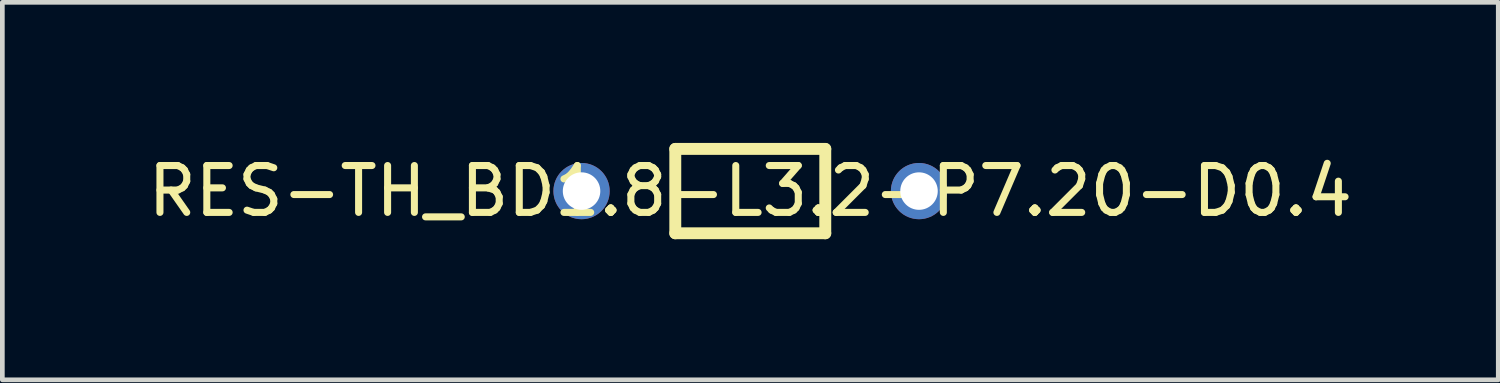
<source format=kicad_pcb>
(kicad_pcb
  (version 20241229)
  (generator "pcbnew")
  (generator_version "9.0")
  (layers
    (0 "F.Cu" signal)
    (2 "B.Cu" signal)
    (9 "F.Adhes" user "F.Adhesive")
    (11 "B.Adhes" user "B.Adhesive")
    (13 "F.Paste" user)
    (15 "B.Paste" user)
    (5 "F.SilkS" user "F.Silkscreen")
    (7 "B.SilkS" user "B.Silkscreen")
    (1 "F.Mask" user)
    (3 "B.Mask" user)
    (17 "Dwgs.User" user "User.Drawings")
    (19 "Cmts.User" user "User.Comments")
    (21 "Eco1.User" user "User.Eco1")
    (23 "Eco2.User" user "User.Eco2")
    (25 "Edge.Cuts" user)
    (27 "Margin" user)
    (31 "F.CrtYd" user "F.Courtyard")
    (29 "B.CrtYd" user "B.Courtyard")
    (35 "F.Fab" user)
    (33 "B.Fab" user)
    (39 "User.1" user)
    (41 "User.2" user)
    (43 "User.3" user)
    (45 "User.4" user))
  (footprint "RES-TH_BD1.8-L3.2-P7.20-D0.4"
    (layer "F.Cu")
    (at 12.958 1.027)
    (property "Reference" "RES-TH_BD1.8-L3.2-P7.20-D0.4" (at 0 0 0) (unlocked yes) (layer "F.SilkS") (effects (font (size 1 1) (thickness 0.15))))
    (fp_line (start -1.6 -0.9) (end 1.6 -0.9) (stroke (width 0.254) (type default)) (layer "F.SilkS"))
    (fp_line (start -1.6 0.9) (end -1.6 -0.9) (stroke (width 0.254) (type default)) (layer "F.SilkS"))
    (fp_line (start 1.6 -0.9) (end 1.6 0.9) (stroke (width 0.254) (type default)) (layer "F.SilkS"))
    (fp_line (start 1.6 0.9) (end -1.6 0.9) (stroke (width 0.254) (type default)) (layer "F.SilkS"))
    (fp_poly (pts (xy -3.8 0.2) (xy -3.8 -0.2) (xy -1.5 -0.2) (xy -1.5 0.2)) (stroke (width 0.1) (type default)) (fill no) (layer "User.1"))
    (fp_poly (pts (xy 3.8 -0.2) (xy 3.8 0.2) (xy 1.5 0.2) (xy 1.5 -0.2)) (stroke (width 0.1) (type default)) (fill no) (layer "User.1"))
    (fp_poly (pts (xy -3.4 0) (xy -3.42 -0.087) (xy -3.475 -0.156) (xy -3.555 -0.195) (xy -3.645 -0.195) (xy -3.725 -0.156) (xy -3.78 -0.087) (xy -3.8 0) (xy -3.78 0.087) (xy -3.725 0.156) (xy -3.645 0.195) (xy -3.555 0.195) (xy -3.475 0.156) (xy -3.42 0.087)) (stroke (width 0.1) (type default)) (fill no) (layer "User.1"))
    (fp_poly (pts (xy 3.8 0) (xy 3.78 -0.087) (xy 3.725 -0.156) (xy 3.645 -0.195) (xy 3.555 -0.195) (xy 3.475 -0.156) (xy 3.42 -0.087) (xy 3.4 0) (xy 3.42 0.087) (xy 3.475 0.156) (xy 3.555 0.195) (xy 3.645 0.195) (xy 3.725 0.156) (xy 3.78 0.087)) (stroke (width 0.1) (type default)) (fill no) (layer "User.1"))
    (fp_line (start -1.6 -0.9) (end 1.6 -0.9) (stroke (width 0.051) (type default)) (layer "User.2"))
    (fp_line (start -1.6 0.9) (end -1.6 -0.9) (stroke (width 0.051) (type default)) (layer "User.2"))
    (fp_line (start 1.6 -0.9) (end 1.6 0.9) (stroke (width 0.051) (type default)) (layer "User.2"))
    (fp_line (start 1.6 0.9) (end -1.6 0.9) (stroke (width 0.051) (type default)) (layer "User.2"))
    (fp_poly (pts (xy -3.74 0.9) (xy -3.758 0.858) (xy -3.8 0.84) (xy -3.842 0.858) (xy -3.86 0.9) (xy -3.842 0.942) (xy -3.8 0.96) (xy -3.758 0.942)) (stroke (width 0.1) (type default)) (fill no) (layer "User.3"))
    (pad "1" thru_hole circle (at -3.6 0) (size 1.2 1.2) (drill 0.8) (layers "*.Cu" "*.Mask"))
    (pad "2" thru_hole circle (at 3.6 0) (size 1.2 1.2) (drill 0.8) (layers "*.Cu" "*.Mask")))
  (gr_rect
    (start -3 -3)
    (end 28.917 5.054)
    (stroke (width 0.1) (type default))
    (fill no)
    (layer "Edge.Cuts")))
</source>
